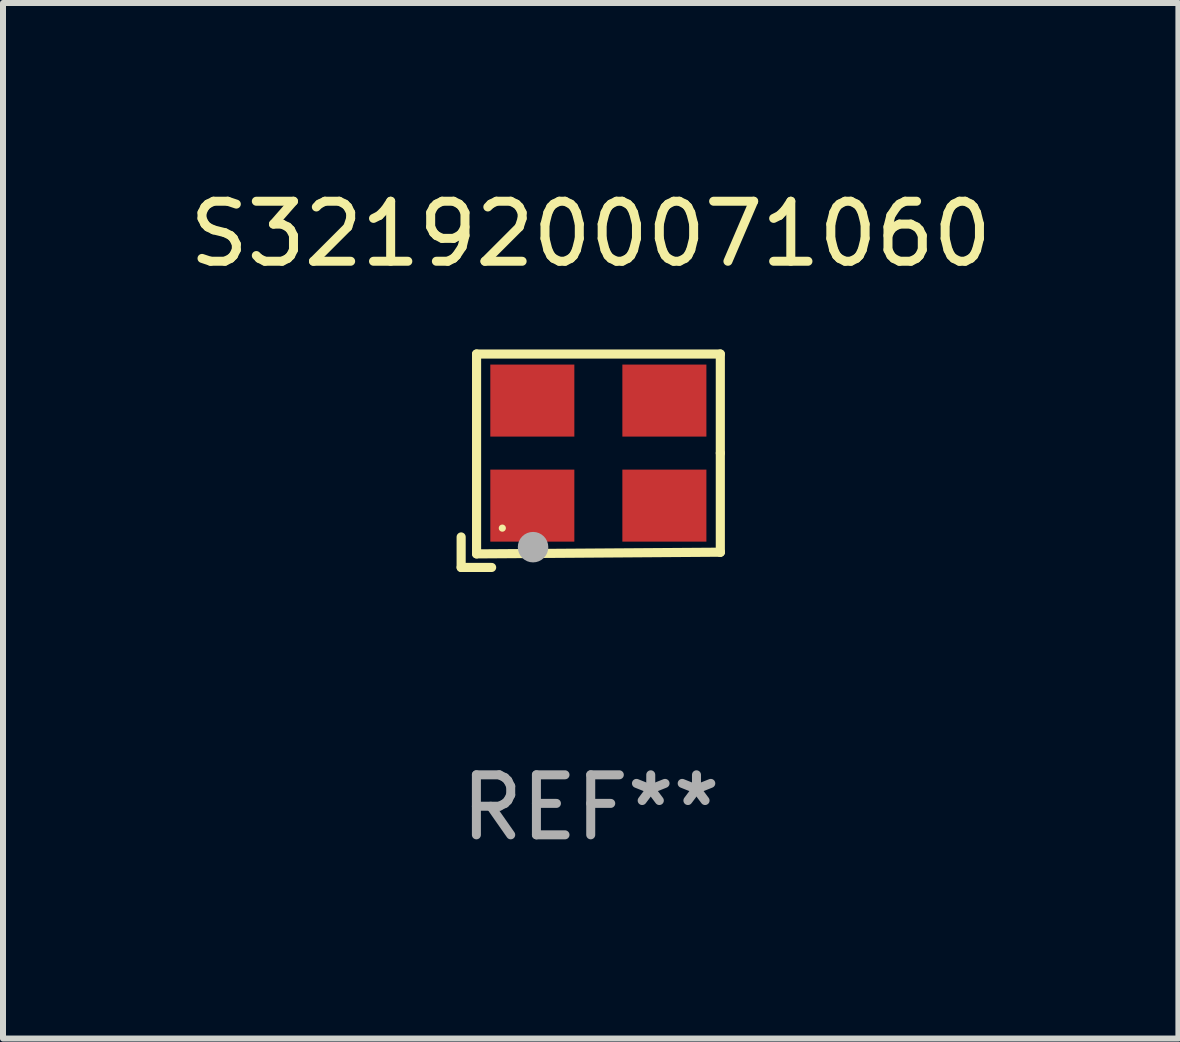
<source format=kicad_pcb>
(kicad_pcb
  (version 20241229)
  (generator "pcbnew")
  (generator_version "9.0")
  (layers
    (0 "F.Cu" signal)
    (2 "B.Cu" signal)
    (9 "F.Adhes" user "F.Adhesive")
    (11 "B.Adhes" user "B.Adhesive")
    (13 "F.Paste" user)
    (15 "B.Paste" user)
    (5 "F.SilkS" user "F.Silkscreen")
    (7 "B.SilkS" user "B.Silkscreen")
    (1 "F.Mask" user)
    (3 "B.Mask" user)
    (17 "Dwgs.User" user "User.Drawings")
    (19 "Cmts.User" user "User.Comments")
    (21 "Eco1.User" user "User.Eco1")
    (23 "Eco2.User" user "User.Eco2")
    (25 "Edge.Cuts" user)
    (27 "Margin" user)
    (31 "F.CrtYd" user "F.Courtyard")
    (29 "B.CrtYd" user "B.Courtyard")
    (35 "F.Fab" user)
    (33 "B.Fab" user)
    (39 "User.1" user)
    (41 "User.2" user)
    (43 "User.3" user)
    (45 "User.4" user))
  (footprint "S3219200071060"
    (layer "F.Cu")
    (at 6.792 4.626)
    (property "Reference" "S3219200071060" (at 0 -3.778 0) (layer "F.SilkS") (effects (font (size 1 1) (thickness 0.15))))
    (attr through_hole)
    (fp_line (start -2.159 1.27) (end -2.159 1.778) (stroke (width 0.152) (type solid)) (layer "F.SilkS"))
    (fp_line (start -2.159 1.778) (end -1.651 1.778) (stroke (width 0.152) (type solid)) (layer "F.SilkS"))
    (fp_line (start -1.902 -1.778) (end 2.159 -1.778) (stroke (width 0.152) (type solid)) (layer "F.SilkS"))
    (fp_line (start -1.902 1.552) (end -1.902 -1.778) (stroke (width 0.152) (type solid)) (layer "F.SilkS"))
    (fp_line (start 2.159 -1.778) (end 2.159 -0.127) (stroke (width 0.152) (type solid)) (layer "F.SilkS"))
    (fp_line (start 2.159 -0.127) (end 2.159 1.524) (stroke (width 0.152) (type solid)) (layer "F.SilkS"))
    (fp_line (start 2.159 1.524) (end -1.902 1.552) (stroke (width 0.152) (type solid)) (layer "F.SilkS"))
    (fp_line (start 2.159 1.524) (end 2.159 1.524) (stroke (width 0.152) (type solid)) (layer "F.SilkS"))
    (fp_circle (center -1.473 1.123) (end -1.443 1.123) (stroke (width 0.06) (type solid)) (fill no) (layer "F.SilkS"))
    (fp_circle (center -0.961 1.44) (end -0.834 1.44) (stroke (width 0.254) (type solid)) (fill no) (layer "F.Fab"))
    (fp_text user "REF**" (at 0 5.778 0) (layer "F.Fab") (effects (font (size 1 1) (thickness 0.15))))
    (pad "1" smd rect (at -0.973 0.748) (size 1.4 1.2) (layers "F.Cu" "F.Mask" "F.Paste"))
    (pad "2" smd rect (at 1.227 0.748) (size 1.4 1.2) (layers "F.Cu" "F.Mask" "F.Paste"))
    (pad "3" smd rect (at 1.227 -1.002) (size 1.4 1.2) (layers "F.Cu" "F.Mask" "F.Paste"))
    (pad "4" smd rect (at -0.973 -1.002) (size 1.4 1.2) (layers "F.Cu" "F.Mask" "F.Paste")))
  (gr_rect
    (start -3 -3)
    (end 16.583 14.253)
    (stroke (width 0.1) (type default))
    (fill no)
    (layer "Edge.Cuts")))
</source>
